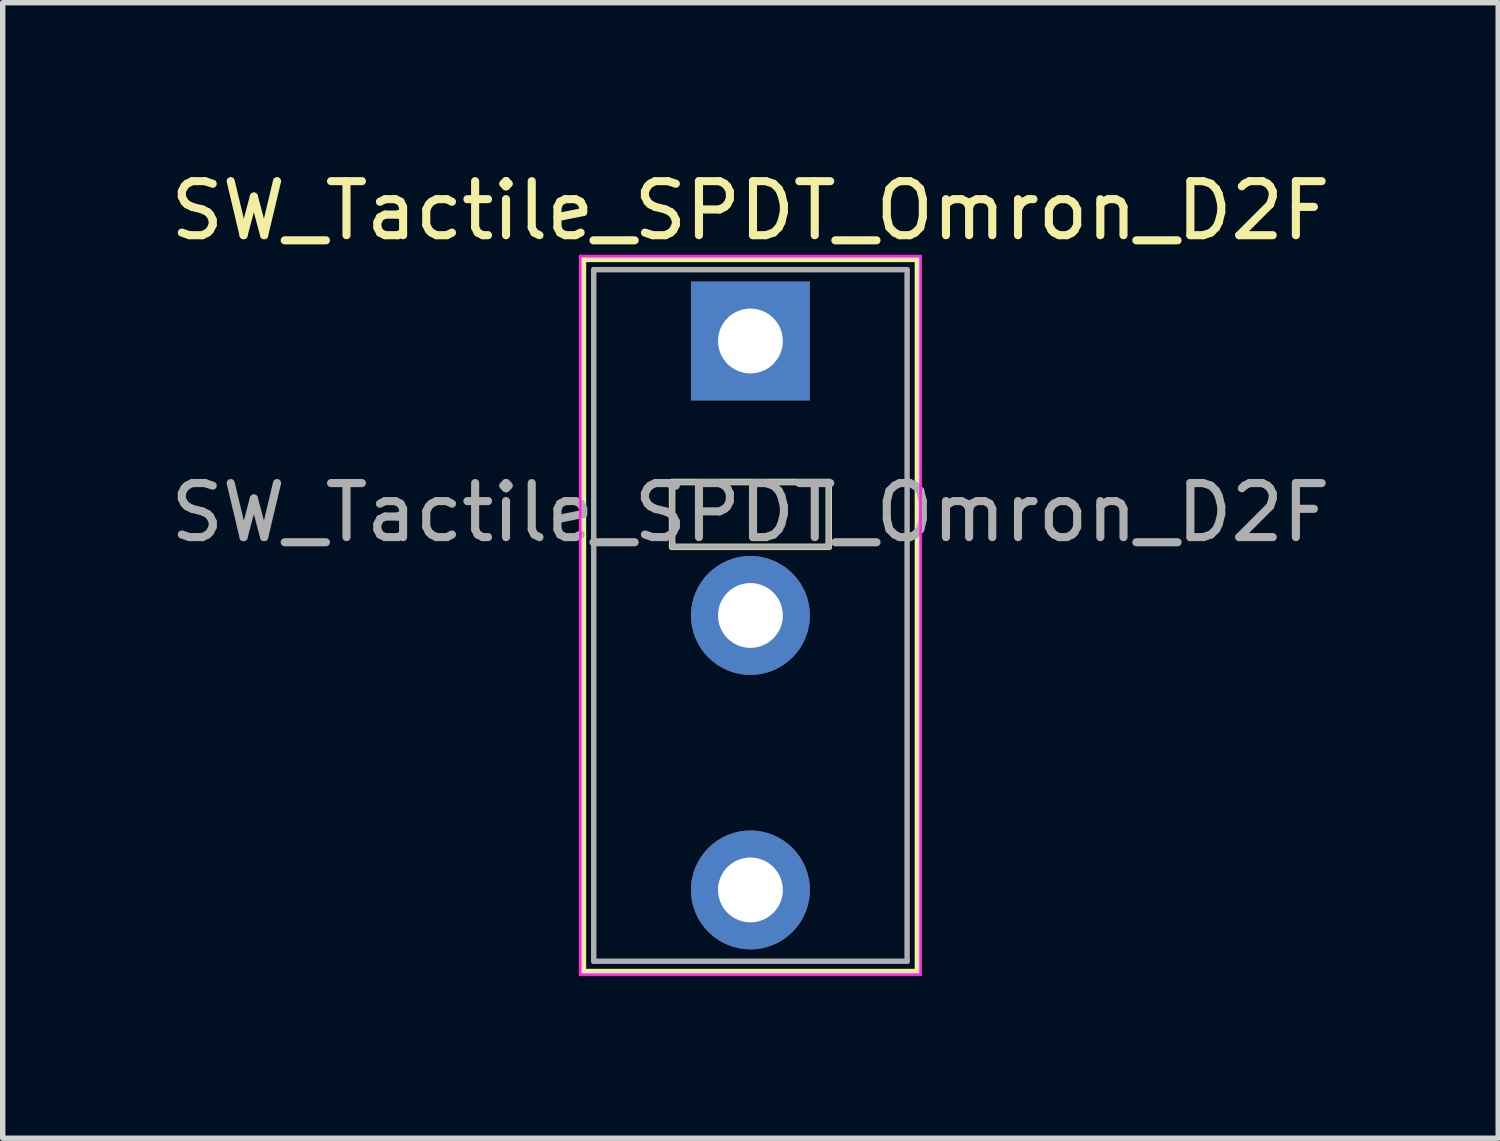
<source format=kicad_pcb>
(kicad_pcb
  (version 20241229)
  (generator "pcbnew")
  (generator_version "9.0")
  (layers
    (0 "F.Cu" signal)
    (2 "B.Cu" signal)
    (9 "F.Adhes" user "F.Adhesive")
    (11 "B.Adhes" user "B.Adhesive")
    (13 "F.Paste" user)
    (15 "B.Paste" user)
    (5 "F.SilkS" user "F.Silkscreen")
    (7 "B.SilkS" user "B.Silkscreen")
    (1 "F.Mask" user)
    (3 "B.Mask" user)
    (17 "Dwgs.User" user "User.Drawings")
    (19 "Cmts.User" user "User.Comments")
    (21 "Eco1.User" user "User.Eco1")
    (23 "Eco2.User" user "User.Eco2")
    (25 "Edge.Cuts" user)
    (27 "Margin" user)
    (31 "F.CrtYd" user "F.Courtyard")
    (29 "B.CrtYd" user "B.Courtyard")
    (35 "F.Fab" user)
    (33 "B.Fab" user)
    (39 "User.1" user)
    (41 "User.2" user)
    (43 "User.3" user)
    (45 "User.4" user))
  (footprint "SW_Tactile_SPDT_Omron_D2F"
    (layer "F.Cu")
    (at 10.839 3.261)
    (property "Reference" "SW_Tactile_SPDT_Omron_D2F" (at 0 -2.413 0) (unlocked yes) (layer "F.SilkS") (effects (font (size 1 1) (thickness 0.15))))
    (attr through_hole exclude_from_pos_files)
    (fp_line (start -3.1 -1.52) (end -3.1 11.68) (stroke (width 0.12) (type solid)) (layer "F.SilkS"))
    (fp_line (start -3.1 -1.52) (end 3.1 -1.52) (stroke (width 0.12) (type solid)) (layer "F.SilkS"))
    (fp_line (start -3.1 11.68) (end 3.1 11.68) (stroke (width 0.12) (type solid)) (layer "F.SilkS"))
    (fp_line (start -1.45 2.61) (end 1.45 2.61) (stroke (width 0.12) (type solid)) (layer "F.SilkS"))
    (fp_line (start -1.45 3.81) (end -1.45 2.61) (stroke (width 0.12) (type solid)) (layer "F.SilkS"))
    (fp_line (start 1.45 2.61) (end 1.45 3.81) (stroke (width 0.12) (type solid)) (layer "F.SilkS"))
    (fp_line (start 1.45 3.81) (end -1.45 3.81) (stroke (width 0.12) (type solid)) (layer "F.SilkS"))
    (fp_line (start 3.1 -1.52) (end 3.1 11.68) (stroke (width 0.12) (type solid)) (layer "F.SilkS"))
    (fp_line (start -3.15 -1.57) (end -3.15 11.73) (stroke (width 0.05) (type solid)) (layer "F.CrtYd"))
    (fp_line (start -3.15 -1.57) (end 3.15 -1.57) (stroke (width 0.05) (type solid)) (layer "F.CrtYd"))
    (fp_line (start -3.15 11.73) (end 3.15 11.73) (stroke (width 0.05) (type solid)) (layer "F.CrtYd"))
    (fp_line (start 3.15 -1.57) (end 3.15 11.73) (stroke (width 0.05) (type solid)) (layer "F.CrtYd"))
    (fp_line (start -2.9 -1.32) (end 2.9 -1.32) (stroke (width 0.1) (type solid)) (layer "F.Fab"))
    (fp_line (start -2.9 11.48) (end -2.9 -1.32) (stroke (width 0.1) (type solid)) (layer "F.Fab"))
    (fp_line (start -1.45 2.61) (end 1.45 2.61) (stroke (width 0.1) (type solid)) (layer "F.Fab"))
    (fp_line (start -1.45 3.81) (end -1.45 2.61) (stroke (width 0.1) (type solid)) (layer "F.Fab"))
    (fp_line (start 1.45 2.61) (end 1.45 3.81) (stroke (width 0.1) (type solid)) (layer "F.Fab"))
    (fp_line (start 1.45 3.81) (end -1.45 3.81) (stroke (width 0.1) (type solid)) (layer "F.Fab"))
    (fp_line (start 2.9 -1.32) (end 2.9 11.48) (stroke (width 0.1) (type solid)) (layer "F.Fab"))
    (fp_line (start 2.9 11.48) (end -2.9 11.48) (stroke (width 0.1) (type solid)) (layer "F.Fab"))
    (fp_text user "${REFERENCE}" (at 0 3.175 0) (unlocked yes) (layer "F.Fab") (effects (font (size 1 1) (thickness 0.15))))
    (pad "1" thru_hole circle (at 0 5.08 180) (size 2.2 2.2) (drill 1.2) (layers "*.Cu" "*.Mask"))
    (pad "2" thru_hole rect (at 0 0 180) (size 2.2 2.2) (drill 1.2) (layers "*.Cu" "*.Mask"))
    (pad "3" thru_hole circle (at 0 10.16 180) (size 2.2 2.2) (drill 1.2) (layers "*.Cu" "*.Mask")))
  (gr_rect
    (start -3 -3)
    (end 24.679 18.016)
    (stroke (width 0.1) (type default))
    (fill no)
    (layer "Edge.Cuts")))
</source>
